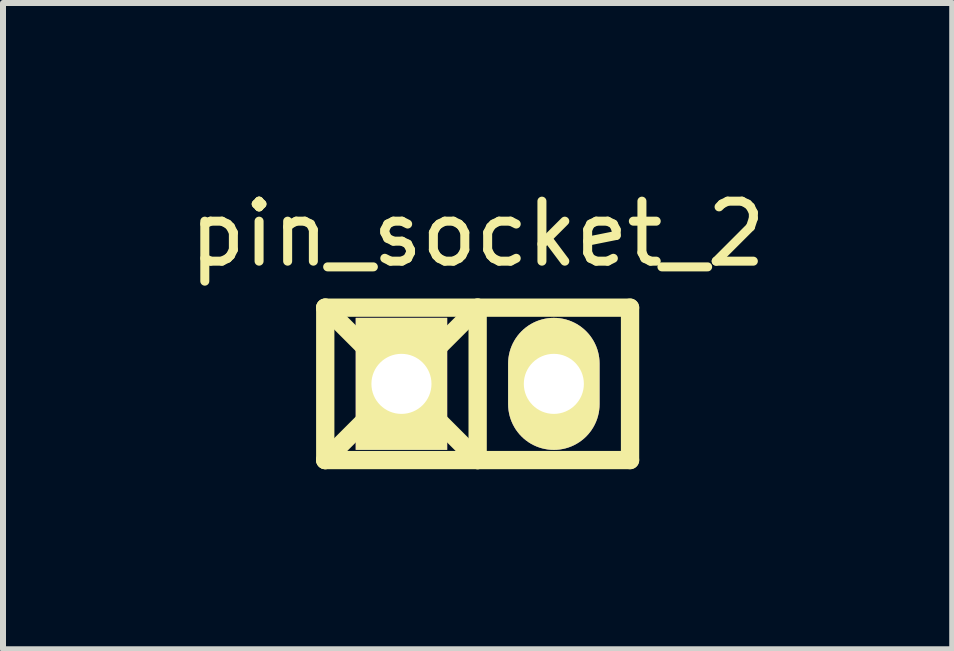
<source format=kicad_pcb>
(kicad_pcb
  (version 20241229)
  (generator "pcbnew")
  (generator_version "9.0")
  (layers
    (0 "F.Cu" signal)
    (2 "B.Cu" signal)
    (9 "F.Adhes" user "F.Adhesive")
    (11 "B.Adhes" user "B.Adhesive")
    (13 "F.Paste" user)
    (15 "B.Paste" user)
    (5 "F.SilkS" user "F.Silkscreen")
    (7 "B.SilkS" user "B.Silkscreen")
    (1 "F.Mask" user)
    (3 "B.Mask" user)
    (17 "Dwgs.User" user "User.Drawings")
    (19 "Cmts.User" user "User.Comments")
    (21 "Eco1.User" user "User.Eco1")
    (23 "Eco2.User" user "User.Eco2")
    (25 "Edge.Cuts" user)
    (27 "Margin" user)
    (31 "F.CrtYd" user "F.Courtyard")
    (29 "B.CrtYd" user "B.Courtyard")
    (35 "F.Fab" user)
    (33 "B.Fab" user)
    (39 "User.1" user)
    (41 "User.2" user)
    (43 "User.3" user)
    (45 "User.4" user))
  (footprint "pin_socket_2"
    (layer "F.Cu")
    (at 4.911 3.348)
    (property "Reference" "pin_socket_2" (at 0 -2.5 0) (layer "F.SilkS") (effects (font (size 1 1) (thickness 0.15))))
    (attr through_hole)
    (fp_line (start -2.54 -1.27) (end 2.54 -1.27) (stroke (width 0.305) (type solid)) (layer "F.SilkS"))
    (fp_line (start -2.54 1.27) (end -2.54 -1.27) (stroke (width 0.305) (type solid)) (layer "F.SilkS"))
    (fp_line (start -2.54 1.27) (end 0 -1.27) (stroke (width 0.305) (type solid)) (layer "F.SilkS"))
    (fp_line (start 0 -1.27) (end 0 1.27) (stroke (width 0.305) (type solid)) (layer "F.SilkS"))
    (fp_line (start 0 1.27) (end -2.54 -1.27) (stroke (width 0.305) (type solid)) (layer "F.SilkS"))
    (fp_line (start 2.54 -1.27) (end 2.54 1.27) (stroke (width 0.305) (type solid)) (layer "F.SilkS"))
    (fp_line (start 2.54 1.27) (end -2.54 1.27) (stroke (width 0.305) (type solid)) (layer "F.SilkS"))
    (pad "1" thru_hole rect (at -1.27 0) (size 1.524 2.2) (drill 1.001) (layers "*.Cu" "*.Mask" "F.SilkS"))
    (pad "2" thru_hole oval (at 1.27 0) (size 1.524 2.2) (drill 1.001) (layers "*.Cu" "*.Mask" "F.SilkS")))
  (gr_rect
    (start -3 -3)
    (end 12.821 7.771)
    (stroke (width 0.1) (type default))
    (fill no)
    (layer "Edge.Cuts")))
</source>
